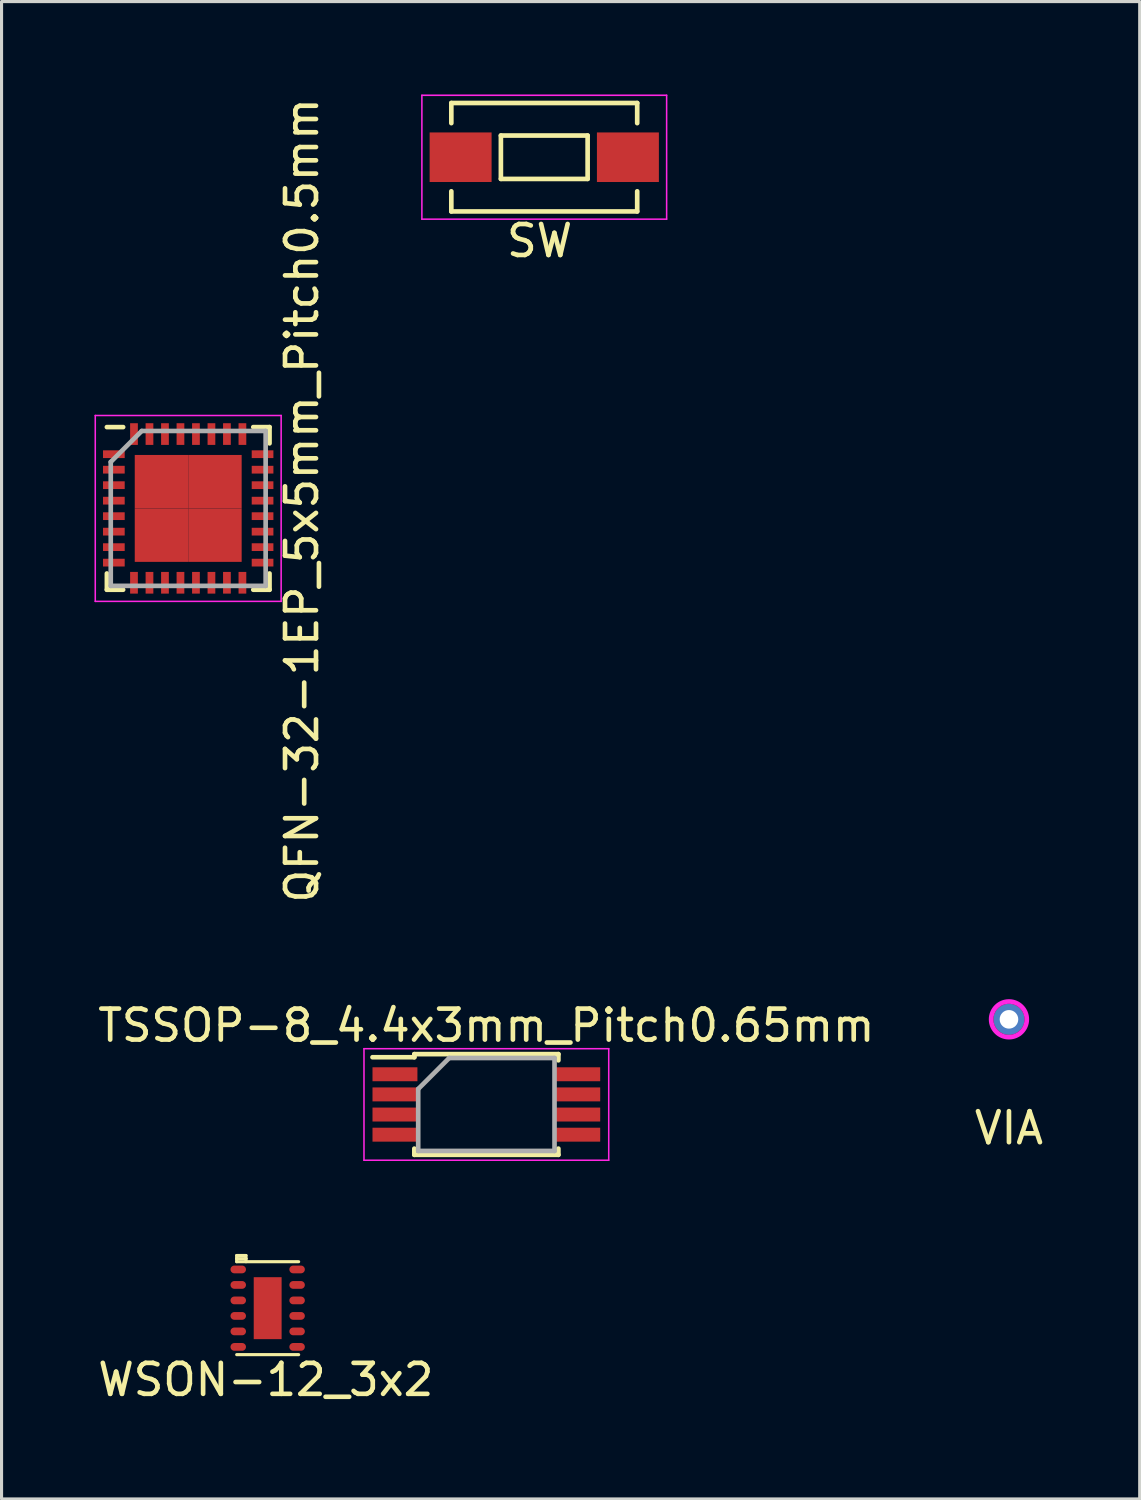
<source format=kicad_pcb>
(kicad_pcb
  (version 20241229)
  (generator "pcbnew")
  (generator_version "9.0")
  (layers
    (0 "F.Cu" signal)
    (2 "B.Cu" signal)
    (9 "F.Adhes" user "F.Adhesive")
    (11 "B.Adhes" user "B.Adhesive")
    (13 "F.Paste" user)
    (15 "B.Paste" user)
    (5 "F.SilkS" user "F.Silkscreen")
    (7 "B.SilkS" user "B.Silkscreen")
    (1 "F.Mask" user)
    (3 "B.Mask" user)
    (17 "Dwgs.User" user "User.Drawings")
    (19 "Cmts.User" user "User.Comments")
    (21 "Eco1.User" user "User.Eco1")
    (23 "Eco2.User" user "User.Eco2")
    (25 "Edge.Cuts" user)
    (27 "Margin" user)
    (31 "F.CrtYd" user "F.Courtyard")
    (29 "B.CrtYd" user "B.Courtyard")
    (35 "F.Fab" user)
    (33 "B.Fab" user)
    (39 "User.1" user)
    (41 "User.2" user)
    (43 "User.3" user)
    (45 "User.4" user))
  (footprint "SW"
    (layer "F.Cu")
    (at 14.518 2.025)
    (property "Reference" "SW" (at -0.15 2.7 0) (layer "F.SilkS") (effects (font (size 1 1) (thickness 0.15))))
    (attr smd)
    (fp_line (start -3 -1.75) (end -3 -1.1) (stroke (width 0.15) (type solid)) (layer "F.SilkS"))
    (fp_line (start -3 1.1) (end -3 1.75) (stroke (width 0.15) (type solid)) (layer "F.SilkS"))
    (fp_line (start -3 1.75) (end 3 1.75) (stroke (width 0.15) (type solid)) (layer "F.SilkS"))
    (fp_line (start -1.4 -0.7) (end 1.4 -0.7) (stroke (width 0.15) (type solid)) (layer "F.SilkS"))
    (fp_line (start -1.4 0.7) (end -1.4 -0.7) (stroke (width 0.15) (type solid)) (layer "F.SilkS"))
    (fp_line (start 1.4 -0.7) (end 1.4 0.7) (stroke (width 0.15) (type solid)) (layer "F.SilkS"))
    (fp_line (start 1.4 0.7) (end -1.4 0.7) (stroke (width 0.15) (type solid)) (layer "F.SilkS"))
    (fp_line (start 3 -1.75) (end -3 -1.75) (stroke (width 0.15) (type solid)) (layer "F.SilkS"))
    (fp_line (start 3 -1.75) (end 3 -1.1) (stroke (width 0.15) (type solid)) (layer "F.SilkS"))
    (fp_line (start 3 1.75) (end 3 1.1) (stroke (width 0.15) (type solid)) (layer "F.SilkS"))
    (fp_line (start -3.95 -2) (end 3.95 -2) (stroke (width 0.05) (type solid)) (layer "F.CrtYd"))
    (fp_line (start -3.95 2) (end -3.95 -2) (stroke (width 0.05) (type solid)) (layer "F.CrtYd"))
    (fp_line (start 3.95 -2) (end 3.95 2) (stroke (width 0.05) (type solid)) (layer "F.CrtYd"))
    (fp_line (start 3.95 2) (end -3.95 2) (stroke (width 0.05) (type solid)) (layer "F.CrtYd"))
    (pad "1" smd rect (at -2.7 0) (size 2 1.6) (layers "F.Cu" "F.Mask" "F.Paste"))
    (pad "2" smd rect (at 2.7 0) (size 2 1.6) (layers "F.Cu" "F.Mask" "F.Paste")))
  (footprint "WSON-12_3x2"
    (layer "F.Cu")
    (at 5.59 39.176)
    (property "Reference" "WSON-12_3x2" (at -0.06 2.31 180) (layer "F.SilkS") (effects (font (size 1 1) (thickness 0.15))))
    (attr through_hole)
    (fp_line (start -1 -1.7) (end -0.7 -1.7) (stroke (width 0.1) (type solid)) (layer "F.SilkS"))
    (fp_line (start -1 -1.6) (end -1 -1.7) (stroke (width 0.1) (type solid)) (layer "F.SilkS"))
    (fp_line (start -1 -1.6) (end -0.7 -1.6) (stroke (width 0.1) (type solid)) (layer "F.SilkS"))
    (fp_line (start -1 -1.5) (end -1 -1.6) (stroke (width 0.1) (type solid)) (layer "F.SilkS"))
    (fp_line (start -1 -1.5) (end 1 -1.5) (stroke (width 0.1) (type solid)) (layer "F.SilkS"))
    (fp_line (start -1 1.5) (end 1 1.5) (stroke (width 0.1) (type solid)) (layer "F.SilkS"))
    (fp_line (start -0.7 -1.7) (end -0.7 -1.6) (stroke (width 0.1) (type solid)) (layer "F.SilkS"))
    (fp_line (start -0.7 -1.6) (end -0.7 -1.5) (stroke (width 0.1) (type solid)) (layer "F.SilkS"))
    (pad "0" smd rect (at 0 0) (size 0.9 2) (layers "F.Cu" "F.Mask" "F.Paste"))
    (pad "1" smd oval (at -0.95 -1.25) (size 0.5 0.25) (layers "F.Cu" "F.Mask" "F.Paste"))
    (pad "2" smd oval (at -0.95 -0.75) (size 0.5 0.25) (layers "F.Cu" "F.Mask" "F.Paste"))
    (pad "3" smd oval (at -0.95 -0.25) (size 0.5 0.25) (layers "F.Cu" "F.Mask" "F.Paste"))
    (pad "4" smd oval (at -0.95 0.25) (size 0.5 0.25) (layers "F.Cu" "F.Mask" "F.Paste"))
    (pad "5" smd oval (at -0.95 0.75) (size 0.5 0.25) (layers "F.Cu" "F.Mask" "F.Paste"))
    (pad "6" smd oval (at -0.95 1.25) (size 0.5 0.25) (layers "F.Cu" "F.Mask" "F.Paste"))
    (pad "7" smd oval (at 0.95 1.25) (size 0.5 0.25) (layers "F.Cu" "F.Mask" "F.Paste"))
    (pad "8" smd oval (at 0.95 0.75) (size 0.5 0.25) (layers "F.Cu" "F.Mask" "F.Paste"))
    (pad "9" smd oval (at 0.95 0.25) (size 0.5 0.25) (layers "F.Cu" "F.Mask" "F.Paste"))
    (pad "10" smd oval (at 0.95 -0.25) (size 0.5 0.25) (layers "F.Cu" "F.Mask" "F.Paste"))
    (pad "11" smd oval (at 0.95 -0.75) (size 0.5 0.25) (layers "F.Cu" "F.Mask" "F.Paste"))
    (pad "12" smd oval (at 0.95 -1.25) (size 0.5 0.25) (layers "F.Cu" "F.Mask" "F.Paste")))
  (footprint "VIA"
    (layer "F.Cu")
    (at 29.518 29.853)
    (property "Reference" "VIA" (at 0 3.51 0) (layer "F.SilkS") (effects (font (size 1 1) (thickness 0.15))))
    (attr through_hole)
    (fp_circle (center 0 0) (end 0.08 -0.57) (stroke (width 0.15) (type solid)) (fill no) (layer "F.CrtYd"))
    (pad "1" thru_hole circle (at 0 0) (size 1 1) (drill 0.6) (layers "*.Cu")))
  (footprint "TSSOP-8_4.4x3mm_Pitch0.65mm"
    (layer "F.Cu")
    (at 12.649 32.601)
    (property "Reference" "TSSOP-8_4.4x3mm_Pitch0.65mm" (at 0 -2.55 0) (layer "F.SilkS") (effects (font (size 1 1) (thickness 0.15))))
    (attr smd)
    (fp_line (start -2.325 -1.625) (end -2.325 -1.525) (stroke (width 0.15) (type solid)) (layer "F.SilkS"))
    (fp_line (start -2.325 -1.625) (end 2.325 -1.625) (stroke (width 0.15) (type solid)) (layer "F.SilkS"))
    (fp_line (start -2.325 -1.525) (end -3.675 -1.525) (stroke (width 0.15) (type solid)) (layer "F.SilkS"))
    (fp_line (start -2.325 1.625) (end -2.325 1.425) (stroke (width 0.15) (type solid)) (layer "F.SilkS"))
    (fp_line (start -2.325 1.625) (end 2.325 1.625) (stroke (width 0.15) (type solid)) (layer "F.SilkS"))
    (fp_line (start 2.325 -1.625) (end 2.325 -1.425) (stroke (width 0.15) (type solid)) (layer "F.SilkS"))
    (fp_line (start 2.325 1.625) (end 2.325 1.425) (stroke (width 0.15) (type solid)) (layer "F.SilkS"))
    (fp_line (start -3.95 -1.8) (end -3.95 1.8) (stroke (width 0.05) (type solid)) (layer "F.CrtYd"))
    (fp_line (start -3.95 -1.8) (end 3.95 -1.8) (stroke (width 0.05) (type solid)) (layer "F.CrtYd"))
    (fp_line (start -3.95 1.8) (end 3.95 1.8) (stroke (width 0.05) (type solid)) (layer "F.CrtYd"))
    (fp_line (start 3.95 -1.8) (end 3.95 1.8) (stroke (width 0.05) (type solid)) (layer "F.CrtYd"))
    (fp_line (start -2.2 -0.5) (end -1.2 -1.5) (stroke (width 0.15) (type solid)) (layer "F.Fab"))
    (fp_line (start -2.2 1.5) (end -2.2 -0.5) (stroke (width 0.15) (type solid)) (layer "F.Fab"))
    (fp_line (start -1.2 -1.5) (end 2.2 -1.5) (stroke (width 0.15) (type solid)) (layer "F.Fab"))
    (fp_line (start 2.2 -1.5) (end 2.2 1.5) (stroke (width 0.15) (type solid)) (layer "F.Fab"))
    (fp_line (start 2.2 1.5) (end -2.2 1.5) (stroke (width 0.15) (type solid)) (layer "F.Fab"))
    (pad "1" smd rect (at -2.95 -0.975) (size 1.45 0.45) (layers "F.Cu" "F.Mask" "F.Paste"))
    (pad "2" smd rect (at -2.95 -0.325) (size 1.45 0.45) (layers "F.Cu" "F.Mask" "F.Paste"))
    (pad "3" smd rect (at -2.95 0.325) (size 1.45 0.45) (layers "F.Cu" "F.Mask" "F.Paste"))
    (pad "4" smd rect (at -2.95 0.975) (size 1.45 0.45) (layers "F.Cu" "F.Mask" "F.Paste"))
    (pad "5" smd rect (at 2.95 0.975) (size 1.45 0.45) (layers "F.Cu" "F.Mask" "F.Paste"))
    (pad "6" smd rect (at 2.95 0.325) (size 1.45 0.45) (layers "F.Cu" "F.Mask" "F.Paste"))
    (pad "7" smd rect (at 2.95 -0.325) (size 1.45 0.45) (layers "F.Cu" "F.Mask" "F.Paste"))
    (pad "8" smd rect (at 2.95 -0.975) (size 1.45 0.45) (layers "F.Cu" "F.Mask" "F.Paste")))
  (footprint "QFN-32-1EP_5x5mm_Pitch0.5mm"
    (layer "F.Cu")
    (at 3.025 13.361)
    (property "Reference" "QFN-32-1EP_5x5mm_Pitch0.5mm" (at 3.67 -0.26 270) (layer "F.SilkS") (effects (font (size 1 1) (thickness 0.15))))
    (attr smd)
    (fp_line (start -2.625 -2.625) (end -2.1 -2.625) (stroke (width 0.15) (type solid)) (layer "F.SilkS"))
    (fp_line (start -2.625 2.625) (end -2.625 2.1) (stroke (width 0.15) (type solid)) (layer "F.SilkS"))
    (fp_line (start -2.625 2.625) (end -2.1 2.625) (stroke (width 0.15) (type solid)) (layer "F.SilkS"))
    (fp_line (start 2.625 -2.625) (end 2.1 -2.625) (stroke (width 0.15) (type solid)) (layer "F.SilkS"))
    (fp_line (start 2.625 -2.625) (end 2.625 -2.1) (stroke (width 0.15) (type solid)) (layer "F.SilkS"))
    (fp_line (start 2.625 2.625) (end 2.1 2.625) (stroke (width 0.15) (type solid)) (layer "F.SilkS"))
    (fp_line (start 2.625 2.625) (end 2.625 2.1) (stroke (width 0.15) (type solid)) (layer "F.SilkS"))
    (fp_line (start -3 -3) (end -3 3) (stroke (width 0.05) (type solid)) (layer "F.CrtYd"))
    (fp_line (start -3 -3) (end 3 -3) (stroke (width 0.05) (type solid)) (layer "F.CrtYd"))
    (fp_line (start -3 3) (end 3 3) (stroke (width 0.05) (type solid)) (layer "F.CrtYd"))
    (fp_line (start 3 -3) (end 3 3) (stroke (width 0.05) (type solid)) (layer "F.CrtYd"))
    (fp_line (start -2.5 -1.5) (end -1.5 -2.5) (stroke (width 0.15) (type solid)) (layer "F.Fab"))
    (fp_line (start -2.5 2.5) (end -2.5 -1.5) (stroke (width 0.15) (type solid)) (layer "F.Fab"))
    (fp_line (start -1.5 -2.5) (end 2.5 -2.5) (stroke (width 0.15) (type solid)) (layer "F.Fab"))
    (fp_line (start 2.5 -2.5) (end 2.5 2.5) (stroke (width 0.15) (type solid)) (layer "F.Fab"))
    (fp_line (start 2.5 2.5) (end -2.5 2.5) (stroke (width 0.15) (type solid)) (layer "F.Fab"))
    (pad "0" smd rect (at -0.863 -0.863) (size 1.725 1.725) (layers "F.Cu" "F.Mask" "F.Paste"))
    (pad "0" smd rect (at -0.863 0.863) (size 1.725 1.725) (layers "F.Cu" "F.Mask" "F.Paste"))
    (pad "0" smd rect (at 0.863 -0.863) (size 1.725 1.725) (layers "F.Cu" "F.Mask" "F.Paste"))
    (pad "0" smd rect (at 0.863 0.863) (size 1.725 1.725) (layers "F.Cu" "F.Mask" "F.Paste"))
    (pad "1" smd rect (at -2.4 -1.75) (size 0.7 0.25) (layers "F.Cu" "F.Mask" "F.Paste"))
    (pad "2" smd rect (at -2.4 -1.25) (size 0.7 0.25) (layers "F.Cu" "F.Mask" "F.Paste"))
    (pad "3" smd rect (at -2.4 -0.75) (size 0.7 0.25) (layers "F.Cu" "F.Mask" "F.Paste"))
    (pad "4" smd rect (at -2.4 -0.25) (size 0.7 0.25) (layers "F.Cu" "F.Mask" "F.Paste"))
    (pad "5" smd rect (at -2.4 0.25) (size 0.7 0.25) (layers "F.Cu" "F.Mask" "F.Paste"))
    (pad "6" smd rect (at -2.4 0.75) (size 0.7 0.25) (layers "F.Cu" "F.Mask" "F.Paste"))
    (pad "7" smd rect (at -2.4 1.25) (size 0.7 0.25) (layers "F.Cu" "F.Mask" "F.Paste"))
    (pad "8" smd rect (at -2.4 1.75) (size 0.7 0.25) (layers "F.Cu" "F.Mask" "F.Paste"))
    (pad "9" smd rect (at -1.75 2.4 90) (size 0.7 0.25) (layers "F.Cu" "F.Mask" "F.Paste"))
    (pad "10" smd rect (at -1.25 2.4 90) (size 0.7 0.25) (layers "F.Cu" "F.Mask" "F.Paste"))
    (pad "11" smd rect (at -0.75 2.4 90) (size 0.7 0.25) (layers "F.Cu" "F.Mask" "F.Paste"))
    (pad "12" smd rect (at -0.25 2.4 90) (size 0.7 0.25) (layers "F.Cu" "F.Mask" "F.Paste"))
    (pad "13" smd rect (at 0.25 2.4 90) (size 0.7 0.25) (layers "F.Cu" "F.Mask" "F.Paste"))
    (pad "14" smd rect (at 0.75 2.4 90) (size 0.7 0.25) (layers "F.Cu" "F.Mask" "F.Paste"))
    (pad "15" smd rect (at 1.25 2.4 90) (size 0.7 0.25) (layers "F.Cu" "F.Mask" "F.Paste"))
    (pad "16" smd rect (at 1.75 2.4 90) (size 0.7 0.25) (layers "F.Cu" "F.Mask" "F.Paste"))
    (pad "17" smd rect (at 2.4 1.75) (size 0.7 0.25) (layers "F.Cu" "F.Mask" "F.Paste"))
    (pad "18" smd rect (at 2.4 1.25) (size 0.7 0.25) (layers "F.Cu" "F.Mask" "F.Paste"))
    (pad "19" smd rect (at 2.4 0.75) (size 0.7 0.25) (layers "F.Cu" "F.Mask" "F.Paste"))
    (pad "20" smd rect (at 2.4 0.25) (size 0.7 0.25) (layers "F.Cu" "F.Mask" "F.Paste"))
    (pad "21" smd rect (at 2.4 -0.25) (size 0.7 0.25) (layers "F.Cu" "F.Mask" "F.Paste"))
    (pad "22" smd rect (at 2.4 -0.75) (size 0.7 0.25) (layers "F.Cu" "F.Mask" "F.Paste"))
    (pad "23" smd rect (at 2.4 -1.25) (size 0.7 0.25) (layers "F.Cu" "F.Mask" "F.Paste"))
    (pad "24" smd rect (at 2.4 -1.75) (size 0.7 0.25) (layers "F.Cu" "F.Mask" "F.Paste"))
    (pad "25" smd rect (at 1.75 -2.4 90) (size 0.7 0.25) (layers "F.Cu" "F.Mask" "F.Paste"))
    (pad "26" smd rect (at 1.25 -2.4 90) (size 0.7 0.25) (layers "F.Cu" "F.Mask" "F.Paste"))
    (pad "27" smd rect (at 0.75 -2.4 90) (size 0.7 0.25) (layers "F.Cu" "F.Mask" "F.Paste"))
    (pad "28" smd rect (at 0.25 -2.4 90) (size 0.7 0.25) (layers "F.Cu" "F.Mask" "F.Paste"))
    (pad "29" smd rect (at -0.25 -2.4 90) (size 0.7 0.25) (layers "F.Cu" "F.Mask" "F.Paste"))
    (pad "30" smd rect (at -0.75 -2.4 90) (size 0.7 0.25) (layers "F.Cu" "F.Mask" "F.Paste"))
    (pad "31" smd rect (at -1.25 -2.4 90) (size 0.7 0.25) (layers "F.Cu" "F.Mask" "F.Paste"))
    (pad "32" smd rect (at -1.75 -2.4 90) (size 0.7 0.25) (layers "F.Cu" "F.Mask" "F.Paste")))
  (gr_rect
    (start -3 -3)
    (end 33.738 45.334)
    (stroke (width 0.1) (type default))
    (fill no)
    (layer "Edge.Cuts")))
</source>
